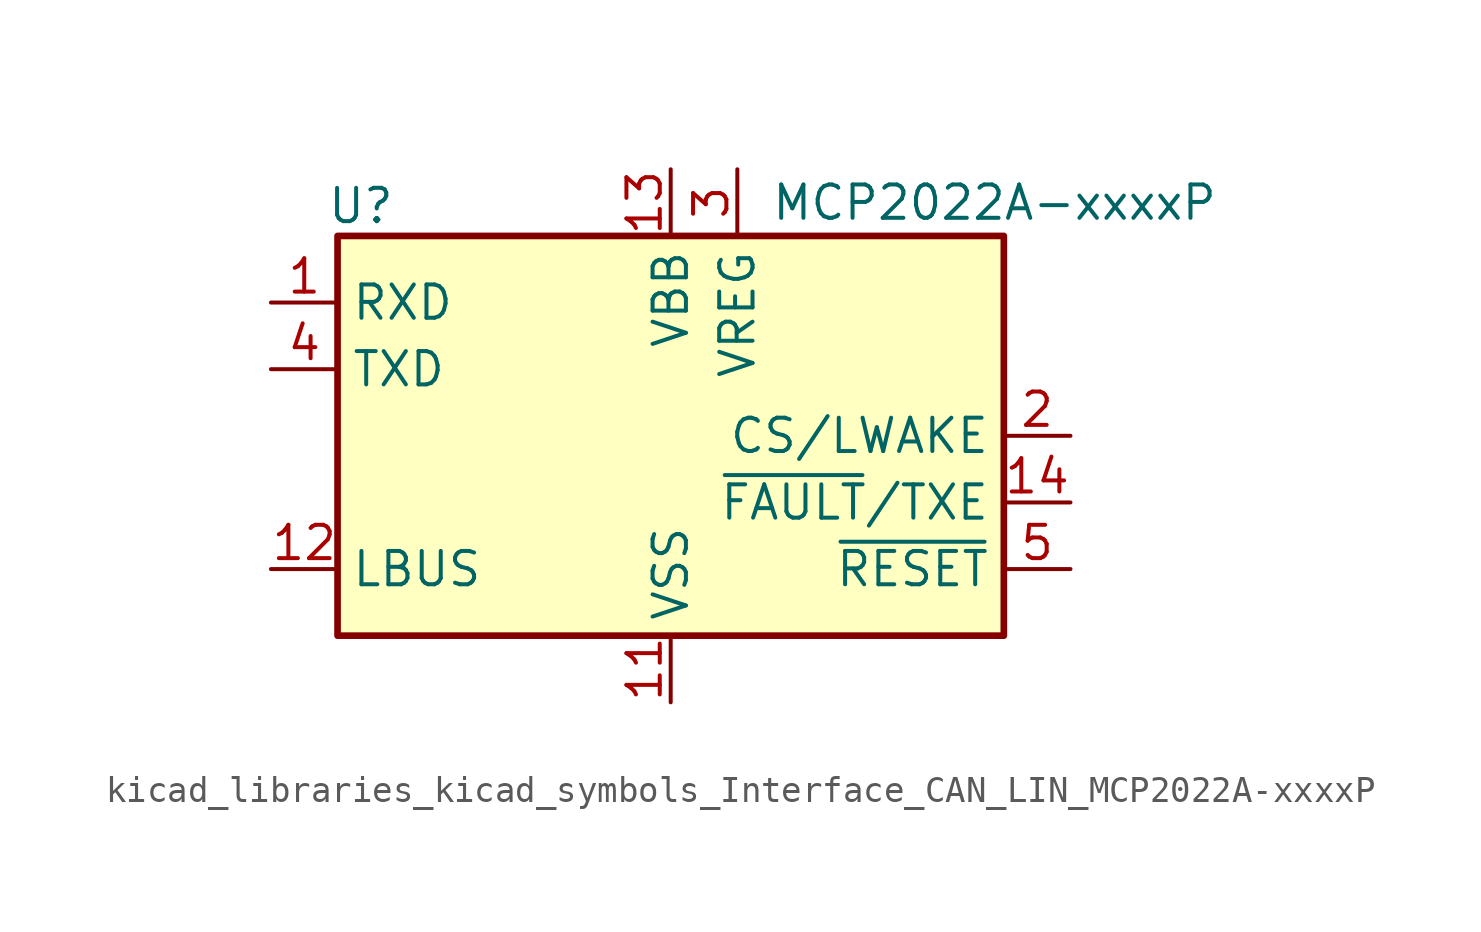
<source format=kicad_sym>
(kicad_symbol_lib
  (version 20220914)
  (generator kicad_symbol_editor)
  (symbol "kicad_libraries_kicad_symbols_Interface_CAN_LIN_MCP2022A-xxxxP"
    (property "Reference" "U"
      (at -11.811 8.763 0)
      (effects (font (size 1.27 1.27))))
    (property "Value" "MCP2022A-xxxxP"
      (at 3.81 8.89 0)
      (effects (font (size 1.27 1.27)) (justify left)))
    (symbol "kicad_libraries_kicad_symbols_Interface_CAN_LIN_MCP2022A-xxxxP_0_1"
      (rectangle (start -12.7 7.62) (end 12.7 -7.62) (stroke (width 0.254) (type default)) (fill (type background))))
    (symbol "kicad_libraries_kicad_symbols_Interface_CAN_LIN_MCP2022A-xxxxP_1_1"
      (pin output line (at -15.24 5.08 0) (length 2.54) (name "RXD" (effects (font (size 1.27 1.27)))) (number "1" (effects (font (size 1.27 1.27)))))
      (pin no_connect line (at -10.16 -7.62 90) (length 2.54) hide (name "NC" (effects (font (size 1.27 1.27)))) (number "10" (effects (font (size 1.27 1.27)))))
      (pin power_in line (at 0 -10.16 90) (length 2.54) (name "VSS" (effects (font (size 1.27 1.27)))) (number "11" (effects (font (size 1.27 1.27)))))
      (pin open_collector line (at -15.24 -5.08 0) (length 2.54) (name "LBUS" (effects (font (size 1.27 1.27)))) (number "12" (effects (font (size 1.27 1.27)))))
      (pin power_in line (at 0 10.16 270) (length 2.54) (name "VBB" (effects (font (size 1.27 1.27)))) (number "13" (effects (font (size 1.27 1.27)))))
      (pin open_collector line (at 15.24 -2.54 180) (length 2.54) (name "~{FAULT}/TXE" (effects (font (size 1.27 1.27)))) (number "14" (effects (font (size 1.27 1.27)))))
      (pin input line (at 15.24 0 180) (length 2.54) (name "CS/LWAKE" (effects (font (size 1.27 1.27)))) (number "2" (effects (font (size 1.27 1.27)))))
      (pin power_out line (at 2.54 10.16 270) (length 2.54) (name "VREG" (effects (font (size 1.27 1.27)))) (number "3" (effects (font (size 1.27 1.27)))))
      (pin input line (at -15.24 2.54 0) (length 2.54) (name "TXD" (effects (font (size 1.27 1.27)))) (number "4" (effects (font (size 1.27 1.27)))))
      (pin output line (at 15.24 -5.08 180) (length 2.54) (name "~{RESET}" (effects (font (size 1.27 1.27)))) (number "5" (effects (font (size 1.27 1.27)))))
      (pin no_connect line (at 2.54 -7.62 90) (length 2.54) hide (name "NC" (effects (font (size 1.27 1.27)))) (number "6" (effects (font (size 1.27 1.27)))))
      (pin no_connect line (at -2.54 -7.62 90) (length 2.54) hide (name "NC" (effects (font (size 1.27 1.27)))) (number "7" (effects (font (size 1.27 1.27)))))
      (pin no_connect line (at -5.08 -7.62 90) (length 2.54) hide (name "NC" (effects (font (size 1.27 1.27)))) (number "8" (effects (font (size 1.27 1.27)))))
      (pin no_connect line (at -7.62 -7.62 90) (length 2.54) hide (name "NC" (effects (font (size 1.27 1.27)))) (number "9" (effects (font (size 1.27 1.27))))))))
</source>
